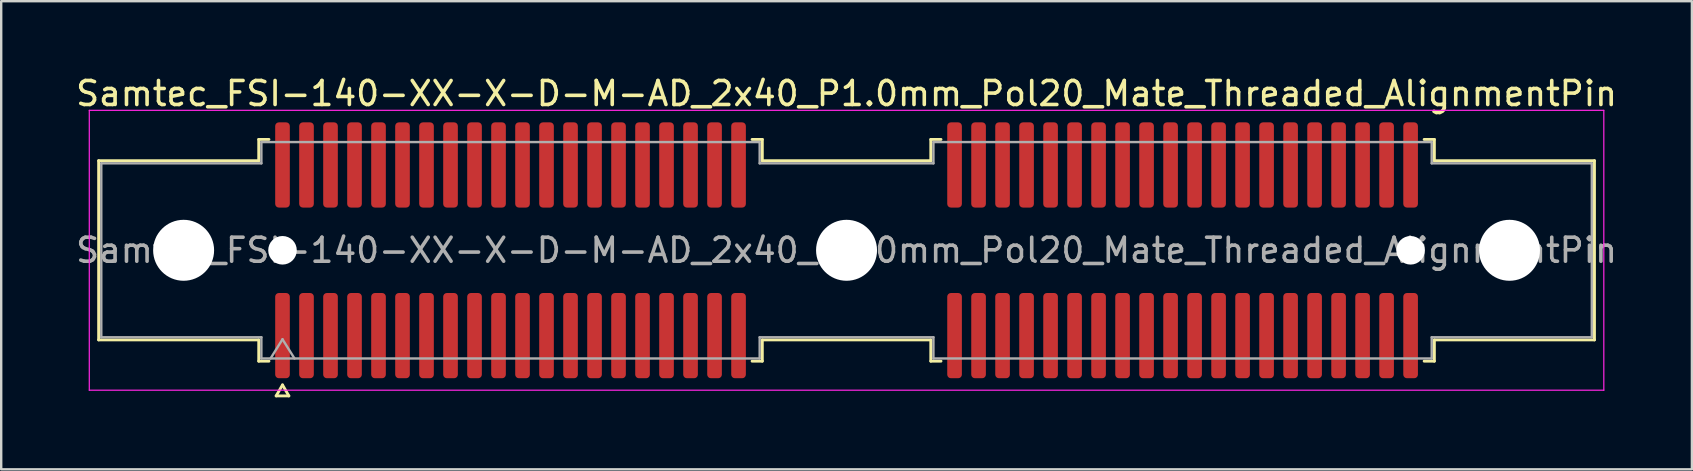
<source format=kicad_pcb>
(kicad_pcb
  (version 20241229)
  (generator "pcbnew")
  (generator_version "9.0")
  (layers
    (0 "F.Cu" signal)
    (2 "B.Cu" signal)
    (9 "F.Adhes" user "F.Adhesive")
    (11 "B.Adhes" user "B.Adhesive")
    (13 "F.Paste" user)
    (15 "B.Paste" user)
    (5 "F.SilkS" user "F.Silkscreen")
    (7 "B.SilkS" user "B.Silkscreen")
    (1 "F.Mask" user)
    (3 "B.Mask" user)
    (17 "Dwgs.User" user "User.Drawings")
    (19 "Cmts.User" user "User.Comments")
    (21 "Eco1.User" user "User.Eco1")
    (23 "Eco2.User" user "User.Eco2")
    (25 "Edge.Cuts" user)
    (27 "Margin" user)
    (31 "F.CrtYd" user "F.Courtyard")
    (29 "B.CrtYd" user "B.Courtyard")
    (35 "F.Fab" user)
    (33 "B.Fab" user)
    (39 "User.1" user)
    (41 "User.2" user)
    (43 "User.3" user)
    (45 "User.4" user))
  (footprint "Samtec_FSI-140-XX-X-D-M-AD_2x40_P1.0mm_Pol20_Mate_Threaded_AlignmentPin"
    (layer "F.Cu")
    (at 32.22 7.378)
    (property "Reference" "Samtec_FSI-140-XX-X-D-M-AD_2x40_P1.0mm_Pol20_Mate_Threaded_AlignmentPin" (at 0 -6.53 0) (layer "F.SilkS") (effects (font (size 1 1) (thickness 0.15))))
    (attr smd exclude_from_pos_files exclude_from_bom)
    (fp_line (start -31.16 -3.733) (end -24.49 -3.733) (stroke (width 0.12) (type solid)) (layer "F.SilkS"))
    (fp_line (start -31.16 3.733) (end -31.16 -3.733) (stroke (width 0.12) (type solid)) (layer "F.SilkS"))
    (fp_line (start -24.49 -4.619) (end -24.065 -4.619) (stroke (width 0.12) (type solid)) (layer "F.SilkS"))
    (fp_line (start -24.49 -3.733) (end -24.49 -4.619) (stroke (width 0.12) (type solid)) (layer "F.SilkS"))
    (fp_line (start -24.49 3.733) (end -31.16 3.733) (stroke (width 0.12) (type solid)) (layer "F.SilkS"))
    (fp_line (start -24.49 4.619) (end -24.49 3.733) (stroke (width 0.12) (type solid)) (layer "F.SilkS"))
    (fp_line (start -24.065 4.619) (end -24.49 4.619) (stroke (width 0.12) (type solid)) (layer "F.SilkS"))
    (fp_line (start -23.764 6.066) (end -23.5 5.609) (stroke (width 0.12) (type solid)) (layer "F.SilkS"))
    (fp_line (start -23.5 5.609) (end -23.236 6.066) (stroke (width 0.12) (type solid)) (layer "F.SilkS"))
    (fp_line (start -23.236 6.066) (end -23.764 6.066) (stroke (width 0.12) (type solid)) (layer "F.SilkS"))
    (fp_line (start -3.935 -4.619) (end -3.51 -4.619) (stroke (width 0.12) (type solid)) (layer "F.SilkS"))
    (fp_line (start -3.51 -4.619) (end -3.51 -3.733) (stroke (width 0.12) (type solid)) (layer "F.SilkS"))
    (fp_line (start -3.51 -3.733) (end 3.51 -3.733) (stroke (width 0.12) (type solid)) (layer "F.SilkS"))
    (fp_line (start -3.51 3.733) (end -3.51 4.619) (stroke (width 0.12) (type solid)) (layer "F.SilkS"))
    (fp_line (start -3.51 4.619) (end -3.935 4.619) (stroke (width 0.12) (type solid)) (layer "F.SilkS"))
    (fp_line (start 3.51 -4.619) (end 3.935 -4.619) (stroke (width 0.12) (type solid)) (layer "F.SilkS"))
    (fp_line (start 3.51 -3.733) (end 3.51 -4.619) (stroke (width 0.12) (type solid)) (layer "F.SilkS"))
    (fp_line (start 3.51 3.733) (end -3.51 3.733) (stroke (width 0.12) (type solid)) (layer "F.SilkS"))
    (fp_line (start 3.51 4.619) (end 3.51 3.733) (stroke (width 0.12) (type solid)) (layer "F.SilkS"))
    (fp_line (start 3.935 4.619) (end 3.51 4.619) (stroke (width 0.12) (type solid)) (layer "F.SilkS"))
    (fp_line (start 24.065 -4.619) (end 24.49 -4.619) (stroke (width 0.12) (type solid)) (layer "F.SilkS"))
    (fp_line (start 24.49 -4.619) (end 24.49 -3.733) (stroke (width 0.12) (type solid)) (layer "F.SilkS"))
    (fp_line (start 24.49 -3.733) (end 31.16 -3.733) (stroke (width 0.12) (type solid)) (layer "F.SilkS"))
    (fp_line (start 24.49 3.733) (end 24.49 4.619) (stroke (width 0.12) (type solid)) (layer "F.SilkS"))
    (fp_line (start 24.49 4.619) (end 24.065 4.619) (stroke (width 0.12) (type solid)) (layer "F.SilkS"))
    (fp_line (start 31.16 -3.733) (end 31.16 3.733) (stroke (width 0.12) (type solid)) (layer "F.SilkS"))
    (fp_line (start 31.16 3.733) (end 24.49 3.733) (stroke (width 0.12) (type solid)) (layer "F.SilkS"))
    (fp_line (start -31.55 -5.83) (end -31.55 5.83) (stroke (width 0.05) (type solid)) (layer "F.CrtYd"))
    (fp_line (start -31.55 5.83) (end 31.55 5.83) (stroke (width 0.05) (type solid)) (layer "F.CrtYd"))
    (fp_line (start 31.55 -5.83) (end -31.55 -5.83) (stroke (width 0.05) (type solid)) (layer "F.CrtYd"))
    (fp_line (start 31.55 5.83) (end 31.55 -5.83) (stroke (width 0.05) (type solid)) (layer "F.CrtYd"))
    (fp_line (start -31.05 -3.623) (end -24.38 -3.623) (stroke (width 0.1) (type solid)) (layer "F.Fab"))
    (fp_line (start -31.05 3.623) (end -31.05 -3.623) (stroke (width 0.1) (type solid)) (layer "F.Fab"))
    (fp_line (start -24.38 -4.508) (end -3.62 -4.508) (stroke (width 0.1) (type solid)) (layer "F.Fab"))
    (fp_line (start -24.38 -3.623) (end -24.38 -4.508) (stroke (width 0.1) (type solid)) (layer "F.Fab"))
    (fp_line (start -24.38 3.623) (end -31.05 3.623) (stroke (width 0.1) (type solid)) (layer "F.Fab"))
    (fp_line (start -24.38 4.508) (end -24.38 3.623) (stroke (width 0.1) (type solid)) (layer "F.Fab"))
    (fp_line (start -24 4.508) (end -23.5 3.708) (stroke (width 0.1) (type solid)) (layer "F.Fab"))
    (fp_line (start -23.5 3.708) (end -23 4.508) (stroke (width 0.1) (type solid)) (layer "F.Fab"))
    (fp_line (start -3.62 -4.508) (end -3.62 -3.623) (stroke (width 0.1) (type solid)) (layer "F.Fab"))
    (fp_line (start -3.62 -3.623) (end 3.62 -3.623) (stroke (width 0.1) (type solid)) (layer "F.Fab"))
    (fp_line (start -3.62 3.623) (end -3.62 4.508) (stroke (width 0.1) (type solid)) (layer "F.Fab"))
    (fp_line (start -3.62 4.508) (end -24.38 4.508) (stroke (width 0.1) (type solid)) (layer "F.Fab"))
    (fp_line (start 3.62 -4.508) (end 24.38 -4.508) (stroke (width 0.1) (type solid)) (layer "F.Fab"))
    (fp_line (start 3.62 -3.623) (end 3.62 -4.508) (stroke (width 0.1) (type solid)) (layer "F.Fab"))
    (fp_line (start 3.62 3.623) (end -3.62 3.623) (stroke (width 0.1) (type solid)) (layer "F.Fab"))
    (fp_line (start 3.62 4.508) (end 3.62 3.623) (stroke (width 0.1) (type solid)) (layer "F.Fab"))
    (fp_line (start 24.38 -4.508) (end 24.38 -3.623) (stroke (width 0.1) (type solid)) (layer "F.Fab"))
    (fp_line (start 24.38 -3.623) (end 31.05 -3.623) (stroke (width 0.1) (type solid)) (layer "F.Fab"))
    (fp_line (start 24.38 3.623) (end 24.38 4.508) (stroke (width 0.1) (type solid)) (layer "F.Fab"))
    (fp_line (start 24.38 4.508) (end 3.62 4.508) (stroke (width 0.1) (type solid)) (layer "F.Fab"))
    (fp_line (start 31.05 -3.623) (end 31.05 3.623) (stroke (width 0.1) (type solid)) (layer "F.Fab"))
    (fp_line (start 31.05 3.623) (end 24.38 3.623) (stroke (width 0.1) (type solid)) (layer "F.Fab"))
    (fp_text user "${REFERENCE}" (at 0 0 0) (layer "F.Fab") (effects (font (size 1 1) (thickness 0.15))))
    (pad "" np_thru_hole circle (at -27.62 0) (size 2.54 2.54) (drill 2.54) (layers "*.Cu" "*.Mask"))
    (pad "" np_thru_hole circle (at -23.5 0) (size 1.19 1.19) (drill 1.19) (layers "*.Cu" "*.Mask"))
    (pad "" np_thru_hole circle (at 0 0) (size 2.54 2.54) (drill 2.54) (layers "*.Cu" "*.Mask"))
    (pad "" np_thru_hole circle (at 23.5 0) (size 1.19 1.19) (drill 1.19) (layers "*.Cu" "*.Mask"))
    (pad "" np_thru_hole circle (at 27.62 0) (size 2.54 2.54) (drill 2.54) (layers "*.Cu" "*.Mask"))
    (pad "1" smd roundrect (at -23.5 3.555) (size 0.61 3.55) (layers "F.Cu" "F.Mask") (roundrect_rratio 0.25))
    (pad "2" smd roundrect (at -23.5 -3.555) (size 0.61 3.55) (layers "F.Cu" "F.Mask") (roundrect_rratio 0.25))
    (pad "3" smd roundrect (at -22.5 3.555) (size 0.61 3.55) (layers "F.Cu" "F.Mask") (roundrect_rratio 0.25))
    (pad "4" smd roundrect (at -22.5 -3.555) (size 0.61 3.55) (layers "F.Cu" "F.Mask") (roundrect_rratio 0.25))
    (pad "5" smd roundrect (at -21.5 3.555) (size 0.61 3.55) (layers "F.Cu" "F.Mask") (roundrect_rratio 0.25))
    (pad "6" smd roundrect (at -21.5 -3.555) (size 0.61 3.55) (layers "F.Cu" "F.Mask") (roundrect_rratio 0.25))
    (pad "7" smd roundrect (at -20.5 3.555) (size 0.61 3.55) (layers "F.Cu" "F.Mask") (roundrect_rratio 0.25))
    (pad "8" smd roundrect (at -20.5 -3.555) (size 0.61 3.55) (layers "F.Cu" "F.Mask") (roundrect_rratio 0.25))
    (pad "9" smd roundrect (at -19.5 3.555) (size 0.61 3.55) (layers "F.Cu" "F.Mask") (roundrect_rratio 0.25))
    (pad "10" smd roundrect (at -19.5 -3.555) (size 0.61 3.55) (layers "F.Cu" "F.Mask") (roundrect_rratio 0.25))
    (pad "11" smd roundrect (at -18.5 3.555) (size 0.61 3.55) (layers "F.Cu" "F.Mask") (roundrect_rratio 0.25))
    (pad "12" smd roundrect (at -18.5 -3.555) (size 0.61 3.55) (layers "F.Cu" "F.Mask") (roundrect_rratio 0.25))
    (pad "13" smd roundrect (at -17.5 3.555) (size 0.61 3.55) (layers "F.Cu" "F.Mask") (roundrect_rratio 0.25))
    (pad "14" smd roundrect (at -17.5 -3.555) (size 0.61 3.55) (layers "F.Cu" "F.Mask") (roundrect_rratio 0.25))
    (pad "15" smd roundrect (at -16.5 3.555) (size 0.61 3.55) (layers "F.Cu" "F.Mask") (roundrect_rratio 0.25))
    (pad "16" smd roundrect (at -16.5 -3.555) (size 0.61 3.55) (layers "F.Cu" "F.Mask") (roundrect_rratio 0.25))
    (pad "17" smd roundrect (at -15.5 3.555) (size 0.61 3.55) (layers "F.Cu" "F.Mask") (roundrect_rratio 0.25))
    (pad "18" smd roundrect (at -15.5 -3.555) (size 0.61 3.55) (layers "F.Cu" "F.Mask") (roundrect_rratio 0.25))
    (pad "19" smd roundrect (at -14.5 3.555) (size 0.61 3.55) (layers "F.Cu" "F.Mask") (roundrect_rratio 0.25))
    (pad "20" smd roundrect (at -14.5 -3.555) (size 0.61 3.55) (layers "F.Cu" "F.Mask") (roundrect_rratio 0.25))
    (pad "21" smd roundrect (at -13.5 3.555) (size 0.61 3.55) (layers "F.Cu" "F.Mask") (roundrect_rratio 0.25))
    (pad "22" smd roundrect (at -13.5 -3.555) (size 0.61 3.55) (layers "F.Cu" "F.Mask") (roundrect_rratio 0.25))
    (pad "23" smd roundrect (at -12.5 3.555) (size 0.61 3.55) (layers "F.Cu" "F.Mask") (roundrect_rratio 0.25))
    (pad "24" smd roundrect (at -12.5 -3.555) (size 0.61 3.55) (layers "F.Cu" "F.Mask") (roundrect_rratio 0.25))
    (pad "25" smd roundrect (at -11.5 3.555) (size 0.61 3.55) (layers "F.Cu" "F.Mask") (roundrect_rratio 0.25))
    (pad "26" smd roundrect (at -11.5 -3.555) (size 0.61 3.55) (layers "F.Cu" "F.Mask") (roundrect_rratio 0.25))
    (pad "27" smd roundrect (at -10.5 3.555) (size 0.61 3.55) (layers "F.Cu" "F.Mask") (roundrect_rratio 0.25))
    (pad "28" smd roundrect (at -10.5 -3.555) (size 0.61 3.55) (layers "F.Cu" "F.Mask") (roundrect_rratio 0.25))
    (pad "29" smd roundrect (at -9.5 3.555) (size 0.61 3.55) (layers "F.Cu" "F.Mask") (roundrect_rratio 0.25))
    (pad "30" smd roundrect (at -9.5 -3.555) (size 0.61 3.55) (layers "F.Cu" "F.Mask") (roundrect_rratio 0.25))
    (pad "31" smd roundrect (at -8.5 3.555) (size 0.61 3.55) (layers "F.Cu" "F.Mask") (roundrect_rratio 0.25))
    (pad "32" smd roundrect (at -8.5 -3.555) (size 0.61 3.55) (layers "F.Cu" "F.Mask") (roundrect_rratio 0.25))
    (pad "33" smd roundrect (at -7.5 3.555) (size 0.61 3.55) (layers "F.Cu" "F.Mask") (roundrect_rratio 0.25))
    (pad "34" smd roundrect (at -7.5 -3.555) (size 0.61 3.55) (layers "F.Cu" "F.Mask") (roundrect_rratio 0.25))
    (pad "35" smd roundrect (at -6.5 3.555) (size 0.61 3.55) (layers "F.Cu" "F.Mask") (roundrect_rratio 0.25))
    (pad "36" smd roundrect (at -6.5 -3.555) (size 0.61 3.55) (layers "F.Cu" "F.Mask") (roundrect_rratio 0.25))
    (pad "37" smd roundrect (at -5.5 3.555) (size 0.61 3.55) (layers "F.Cu" "F.Mask") (roundrect_rratio 0.25))
    (pad "38" smd roundrect (at -5.5 -3.555) (size 0.61 3.55) (layers "F.Cu" "F.Mask") (roundrect_rratio 0.25))
    (pad "39" smd roundrect (at -4.5 3.555) (size 0.61 3.55) (layers "F.Cu" "F.Mask") (roundrect_rratio 0.25))
    (pad "40" smd roundrect (at -4.5 -3.555) (size 0.61 3.55) (layers "F.Cu" "F.Mask") (roundrect_rratio 0.25))
    (pad "41" smd roundrect (at 4.5 3.555) (size 0.61 3.55) (layers "F.Cu" "F.Mask") (roundrect_rratio 0.25))
    (pad "42" smd roundrect (at 4.5 -3.555) (size 0.61 3.55) (layers "F.Cu" "F.Mask") (roundrect_rratio 0.25))
    (pad "43" smd roundrect (at 5.5 3.555) (size 0.61 3.55) (layers "F.Cu" "F.Mask") (roundrect_rratio 0.25))
    (pad "44" smd roundrect (at 5.5 -3.555) (size 0.61 3.55) (layers "F.Cu" "F.Mask") (roundrect_rratio 0.25))
    (pad "45" smd roundrect (at 6.5 3.555) (size 0.61 3.55) (layers "F.Cu" "F.Mask") (roundrect_rratio 0.25))
    (pad "46" smd roundrect (at 6.5 -3.555) (size 0.61 3.55) (layers "F.Cu" "F.Mask") (roundrect_rratio 0.25))
    (pad "47" smd roundrect (at 7.5 3.555) (size 0.61 3.55) (layers "F.Cu" "F.Mask") (roundrect_rratio 0.25))
    (pad "48" smd roundrect (at 7.5 -3.555) (size 0.61 3.55) (layers "F.Cu" "F.Mask") (roundrect_rratio 0.25))
    (pad "49" smd roundrect (at 8.5 3.555) (size 0.61 3.55) (layers "F.Cu" "F.Mask") (roundrect_rratio 0.25))
    (pad "50" smd roundrect (at 8.5 -3.555) (size 0.61 3.55) (layers "F.Cu" "F.Mask") (roundrect_rratio 0.25))
    (pad "51" smd roundrect (at 9.5 3.555) (size 0.61 3.55) (layers "F.Cu" "F.Mask") (roundrect_rratio 0.25))
    (pad "52" smd roundrect (at 9.5 -3.555) (size 0.61 3.55) (layers "F.Cu" "F.Mask") (roundrect_rratio 0.25))
    (pad "53" smd roundrect (at 10.5 3.555) (size 0.61 3.55) (layers "F.Cu" "F.Mask") (roundrect_rratio 0.25))
    (pad "54" smd roundrect (at 10.5 -3.555) (size 0.61 3.55) (layers "F.Cu" "F.Mask") (roundrect_rratio 0.25))
    (pad "55" smd roundrect (at 11.5 3.555) (size 0.61 3.55) (layers "F.Cu" "F.Mask") (roundrect_rratio 0.25))
    (pad "56" smd roundrect (at 11.5 -3.555) (size 0.61 3.55) (layers "F.Cu" "F.Mask") (roundrect_rratio 0.25))
    (pad "57" smd roundrect (at 12.5 3.555) (size 0.61 3.55) (layers "F.Cu" "F.Mask") (roundrect_rratio 0.25))
    (pad "58" smd roundrect (at 12.5 -3.555) (size 0.61 3.55) (layers "F.Cu" "F.Mask") (roundrect_rratio 0.25))
    (pad "59" smd roundrect (at 13.5 3.555) (size 0.61 3.55) (layers "F.Cu" "F.Mask") (roundrect_rratio 0.25))
    (pad "60" smd roundrect (at 13.5 -3.555) (size 0.61 3.55) (layers "F.Cu" "F.Mask") (roundrect_rratio 0.25))
    (pad "61" smd roundrect (at 14.5 3.555) (size 0.61 3.55) (layers "F.Cu" "F.Mask") (roundrect_rratio 0.25))
    (pad "62" smd roundrect (at 14.5 -3.555) (size 0.61 3.55) (layers "F.Cu" "F.Mask") (roundrect_rratio 0.25))
    (pad "63" smd roundrect (at 15.5 3.555) (size 0.61 3.55) (layers "F.Cu" "F.Mask") (roundrect_rratio 0.25))
    (pad "64" smd roundrect (at 15.5 -3.555) (size 0.61 3.55) (layers "F.Cu" "F.Mask") (roundrect_rratio 0.25))
    (pad "65" smd roundrect (at 16.5 3.555) (size 0.61 3.55) (layers "F.Cu" "F.Mask") (roundrect_rratio 0.25))
    (pad "66" smd roundrect (at 16.5 -3.555) (size 0.61 3.55) (layers "F.Cu" "F.Mask") (roundrect_rratio 0.25))
    (pad "67" smd roundrect (at 17.5 3.555) (size 0.61 3.55) (layers "F.Cu" "F.Mask") (roundrect_rratio 0.25))
    (pad "68" smd roundrect (at 17.5 -3.555) (size 0.61 3.55) (layers "F.Cu" "F.Mask") (roundrect_rratio 0.25))
    (pad "69" smd roundrect (at 18.5 3.555) (size 0.61 3.55) (layers "F.Cu" "F.Mask") (roundrect_rratio 0.25))
    (pad "70" smd roundrect (at 18.5 -3.555) (size 0.61 3.55) (layers "F.Cu" "F.Mask") (roundrect_rratio 0.25))
    (pad "71" smd roundrect (at 19.5 3.555) (size 0.61 3.55) (layers "F.Cu" "F.Mask") (roundrect_rratio 0.25))
    (pad "72" smd roundrect (at 19.5 -3.555) (size 0.61 3.55) (layers "F.Cu" "F.Mask") (roundrect_rratio 0.25))
    (pad "73" smd roundrect (at 20.5 3.555) (size 0.61 3.55) (layers "F.Cu" "F.Mask") (roundrect_rratio 0.25))
    (pad "74" smd roundrect (at 20.5 -3.555) (size 0.61 3.55) (layers "F.Cu" "F.Mask") (roundrect_rratio 0.25))
    (pad "75" smd roundrect (at 21.5 3.555) (size 0.61 3.55) (layers "F.Cu" "F.Mask") (roundrect_rratio 0.25))
    (pad "76" smd roundrect (at 21.5 -3.555) (size 0.61 3.55) (layers "F.Cu" "F.Mask") (roundrect_rratio 0.25))
    (pad "77" smd roundrect (at 22.5 3.555) (size 0.61 3.55) (layers "F.Cu" "F.Mask") (roundrect_rratio 0.25))
    (pad "78" smd roundrect (at 22.5 -3.555) (size 0.61 3.55) (layers "F.Cu" "F.Mask") (roundrect_rratio 0.25))
    (pad "79" smd roundrect (at 23.5 3.555) (size 0.61 3.55) (layers "F.Cu" "F.Mask") (roundrect_rratio 0.25))
    (pad "80" smd roundrect (at 23.5 -3.555) (size 0.61 3.55) (layers "F.Cu" "F.Mask") (roundrect_rratio 0.25)))
  (gr_rect
    (start -3 -3)
    (end 67.44 16.504)
    (stroke (width 0.1) (type default))
    (fill no)
    (layer "Edge.Cuts")))
</source>
